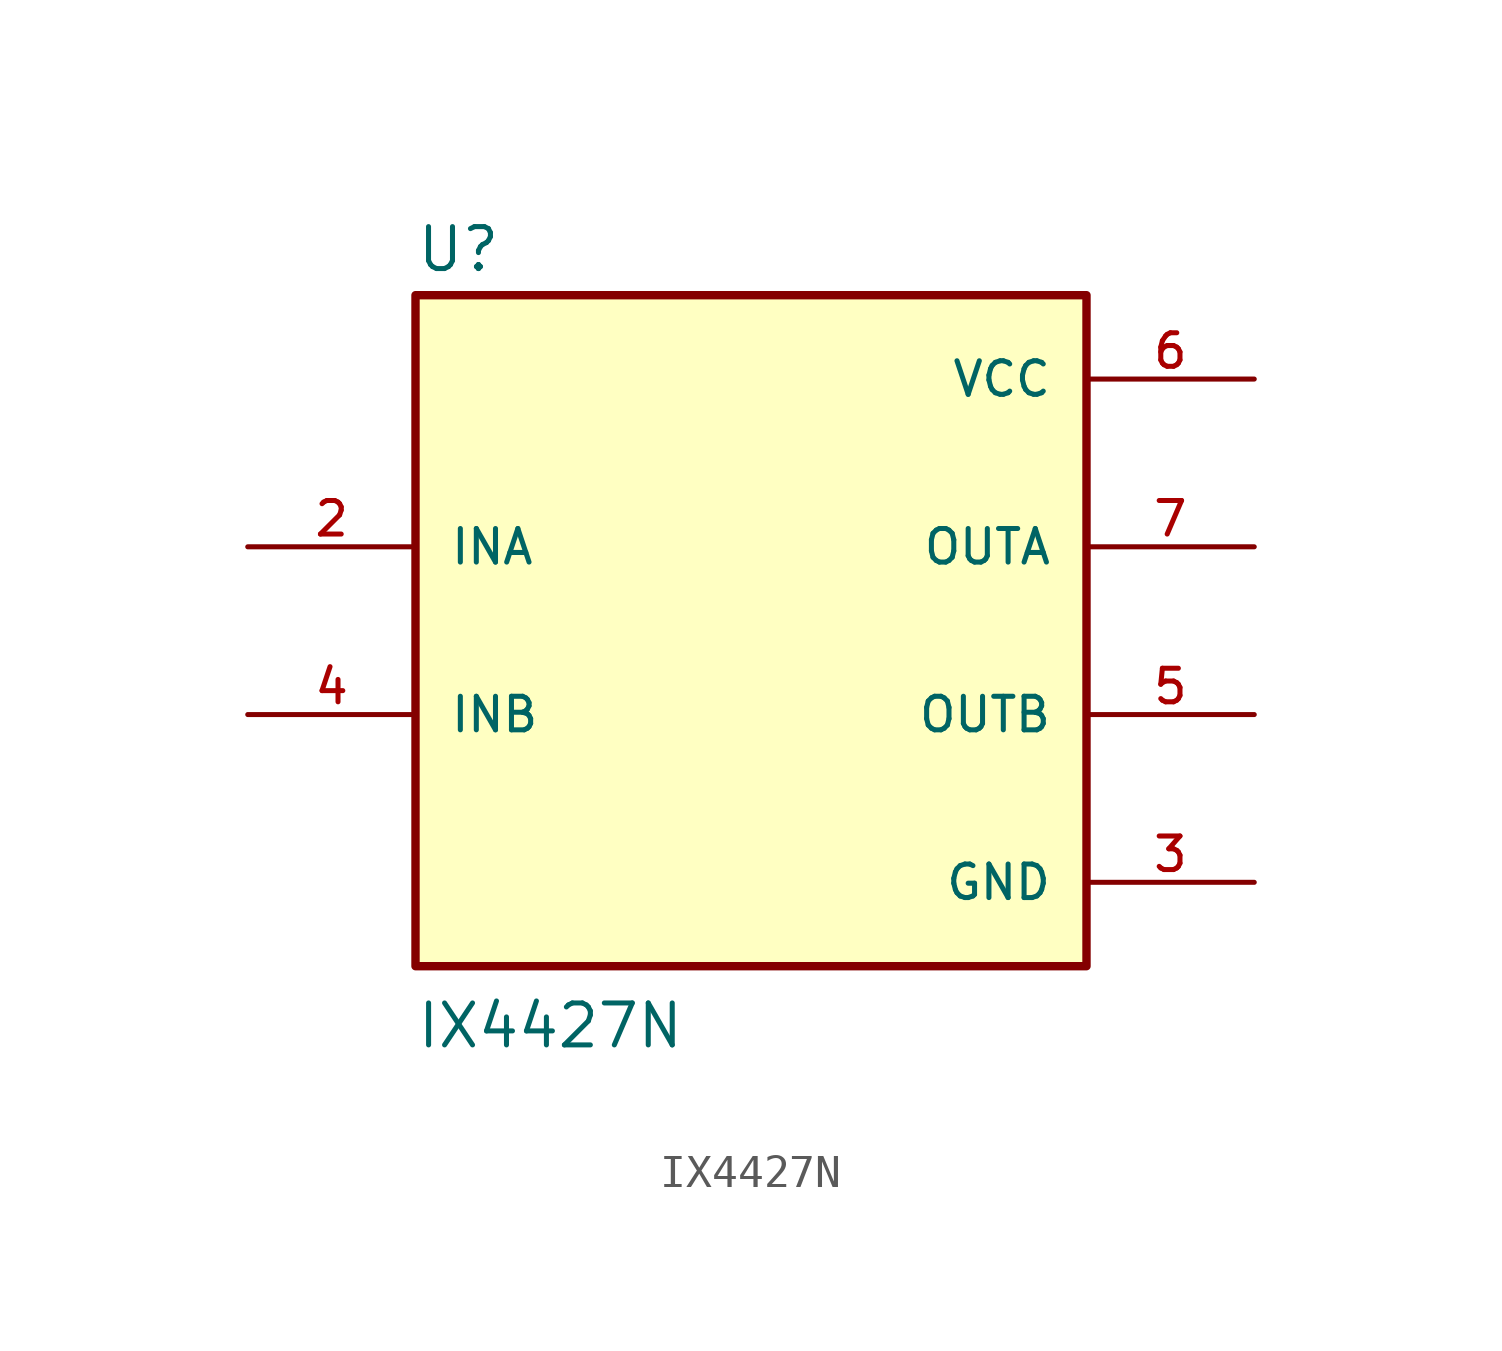
<source format=kicad_sym>
(kicad_symbol_lib
  (version 20211014)
  (generator kicad_symbol_editor)
  (symbol "IX4427N"
    (pin_names
      (offset 1.016))
    (property "Reference" "U"
      (at -10.168 10.803 0)
      (effects (font (size 1.27 1.27)) (justify bottom left)))
    (property "Value" "IX4427N"
      (at -10.166 -12.707 0)
      (effects (font (size 1.27 1.27)) (justify bottom left)))
    (symbol "IX4427N_0_0"
      (rectangle (start -10.16 -10.16) (end 10.16 10.16) (stroke (width 0.254)) (fill (type background)))
      (pin input line (at -15.24 2.54 0) (length 5.08) (name "INA" (effects (font (size 1.016 1.016)))) (number "2" (effects (font (size 1.016 1.016)))))
      (pin input line (at -15.24 -2.54 0) (length 5.08) (name "INB" (effects (font (size 1.016 1.016)))) (number "4" (effects (font (size 1.016 1.016)))))
      (pin output line (at 15.24 2.54 180.0) (length 5.08) (name "OUTA" (effects (font (size 1.016 1.016)))) (number "7" (effects (font (size 1.016 1.016)))))
      (pin output line (at 15.24 -2.54 180.0) (length 5.08) (name "OUTB" (effects (font (size 1.016 1.016)))) (number "5" (effects (font (size 1.016 1.016)))))
      (pin power_in line (at 15.24 -7.62 180.0) (length 5.08) (name "GND" (effects (font (size 1.016 1.016)))) (number "3" (effects (font (size 1.016 1.016)))))
      (pin power_in line (at 15.24 7.62 180.0) (length 5.08) (name "VCC" (effects (font (size 1.016 1.016)))) (number "6" (effects (font (size 1.016 1.016))))))))
</source>
